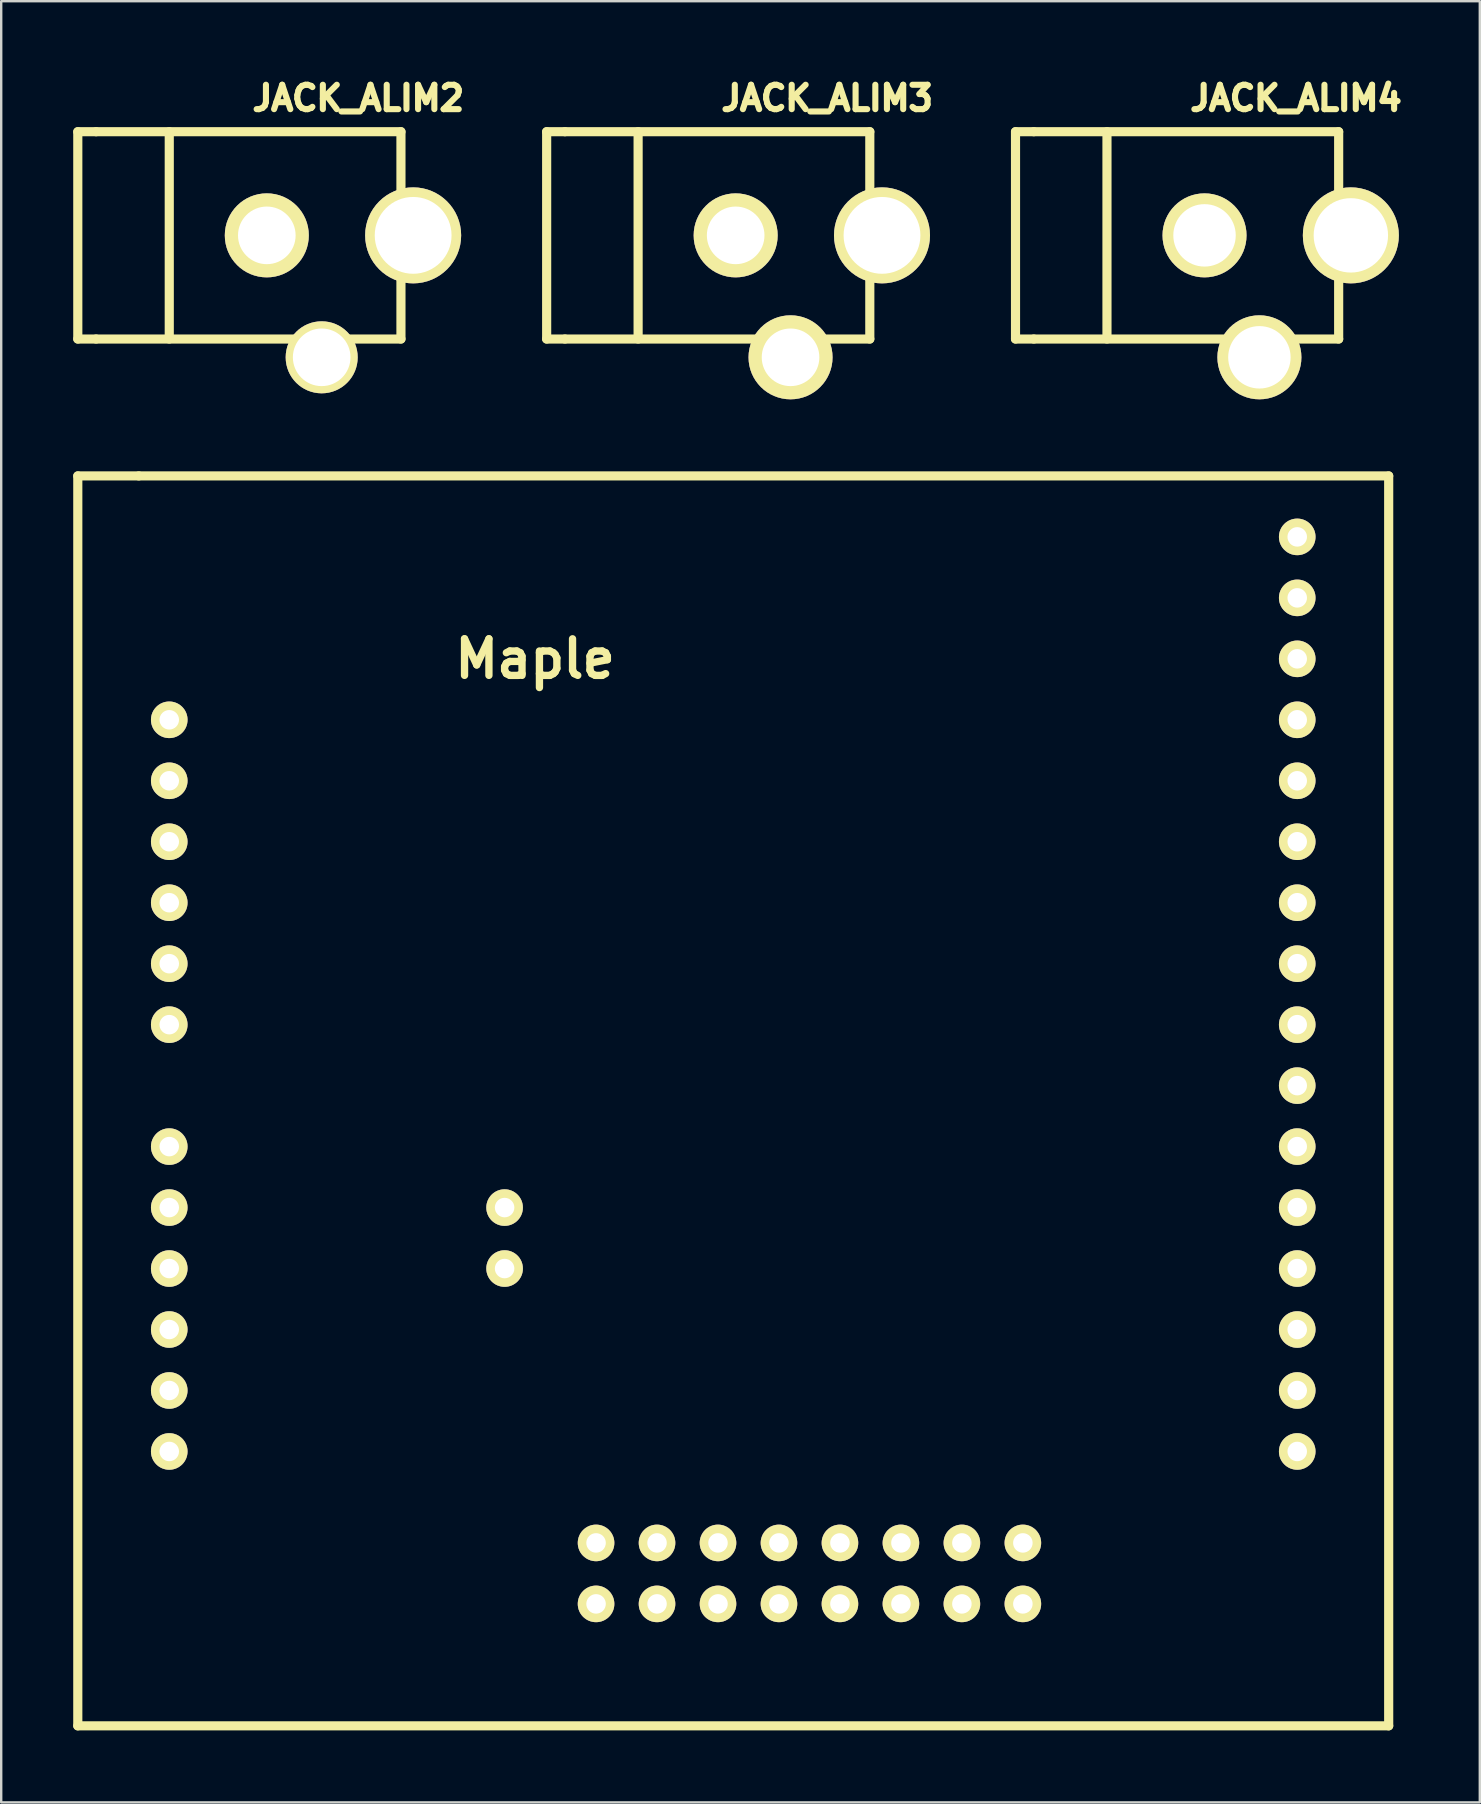
<source format=kicad_pcb>
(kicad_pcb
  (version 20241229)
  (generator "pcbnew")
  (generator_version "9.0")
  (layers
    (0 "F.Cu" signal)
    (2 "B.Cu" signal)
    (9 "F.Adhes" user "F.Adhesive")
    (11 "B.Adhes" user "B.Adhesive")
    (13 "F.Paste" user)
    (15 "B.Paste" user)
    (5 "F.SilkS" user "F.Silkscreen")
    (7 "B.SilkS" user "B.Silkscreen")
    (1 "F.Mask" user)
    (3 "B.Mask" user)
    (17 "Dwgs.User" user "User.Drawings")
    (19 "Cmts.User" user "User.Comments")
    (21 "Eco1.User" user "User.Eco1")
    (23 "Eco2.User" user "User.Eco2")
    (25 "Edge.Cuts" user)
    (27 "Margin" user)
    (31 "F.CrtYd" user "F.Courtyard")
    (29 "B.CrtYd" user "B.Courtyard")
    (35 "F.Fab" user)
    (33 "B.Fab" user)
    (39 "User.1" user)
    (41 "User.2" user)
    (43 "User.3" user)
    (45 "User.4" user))
  (footprint "JACK_ALIM2"
    (layer "F.Cu")
    (at 8.065 6.755)
    (property "Reference" "JACK_ALIM2" (at 3.81 -5.715 0) (layer "F.SilkS") (effects (font (size 1.016 1.016) (thickness 0.254))))
    (attr through_hole)
    (fp_line (start -7.874 -4.318) (end -7.874 4.318) (stroke (width 0.381) (type solid)) (layer "F.SilkS"))
    (fp_line (start -7.874 4.318) (end -7.112 4.318) (stroke (width 0.381) (type solid)) (layer "F.SilkS"))
    (fp_line (start -7.112 -4.318) (end -7.874 -4.318) (stroke (width 0.381) (type solid)) (layer "F.SilkS"))
    (fp_line (start -7.112 -4.318) (end 5.588 -4.318) (stroke (width 0.381) (type solid)) (layer "F.SilkS"))
    (fp_line (start -7.112 4.318) (end 5.588 4.318) (stroke (width 0.381) (type solid)) (layer "F.SilkS"))
    (fp_line (start -4.064 -4.318) (end -4.064 4.318) (stroke (width 0.381) (type solid)) (layer "F.SilkS"))
    (fp_line (start 5.588 -4.318) (end 5.588 4.318) (stroke (width 0.381) (type solid)) (layer "F.SilkS"))
    (pad "1" thru_hole circle (at 0 0) (size 3.5 3.5) (drill 2.4) (layers "*.Cu" "*.Mask" "F.SilkS"))
    (pad "2" thru_hole circle (at 2.286 5.08) (size 3 3) (drill 2.4) (layers "*.Cu" "*.Mask" "F.SilkS"))
    (pad "3" thru_hole circle (at 6.096 0) (size 4 4) (drill 3.2) (layers "*.Cu" "*.Mask" "F.SilkS")))
  (footprint "JACK_ALIM3"
    (layer "F.Cu")
    (at 27.597 6.755)
    (property "Reference" "JACK_ALIM3" (at 3.81 -5.715 0) (layer "F.SilkS") (effects (font (size 1.016 1.016) (thickness 0.254))))
    (attr through_hole)
    (fp_line (start -7.874 -4.318) (end -7.874 4.318) (stroke (width 0.381) (type solid)) (layer "F.SilkS"))
    (fp_line (start -7.874 4.318) (end -7.112 4.318) (stroke (width 0.381) (type solid)) (layer "F.SilkS"))
    (fp_line (start -7.112 -4.318) (end -7.874 -4.318) (stroke (width 0.381) (type solid)) (layer "F.SilkS"))
    (fp_line (start -7.112 -4.318) (end 5.588 -4.318) (stroke (width 0.381) (type solid)) (layer "F.SilkS"))
    (fp_line (start -7.112 4.318) (end 5.588 4.318) (stroke (width 0.381) (type solid)) (layer "F.SilkS"))
    (fp_line (start -4.064 -4.318) (end -4.064 4.318) (stroke (width 0.381) (type solid)) (layer "F.SilkS"))
    (fp_line (start 5.588 -4.318) (end 5.588 4.318) (stroke (width 0.381) (type solid)) (layer "F.SilkS"))
    (pad "1" thru_hole circle (at 0 0) (size 3.5 3.5) (drill 2.4) (layers "*.Cu" "*.Mask" "F.SilkS"))
    (pad "2" thru_hole circle (at 2.286 5.08) (size 3.5 3.5) (drill 2.4) (layers "*.Cu" "*.Mask" "F.SilkS"))
    (pad "3" thru_hole circle (at 6.096 0) (size 4 4) (drill 3.2) (layers "*.Cu" "*.Mask" "F.SilkS")))
  (footprint "Maple"
    (layer "F.Cu")
    (at 14.161 20.586)
    (property "Reference" "Maple" (at 5.08 3.81 0) (layer "F.SilkS") (effects (font (size 1.524 1.524) (thickness 0.305))))
    (attr through_hole)
    (fp_line (start -13.97 -3.81) (end -11.43 -3.81) (stroke (width 0.381) (type solid)) (layer "F.SilkS"))
    (fp_line (start -13.97 48.26) (end -13.97 -3.81) (stroke (width 0.381) (type solid)) (layer "F.SilkS"))
    (fp_line (start -11.43 -3.81) (end 40.64 -3.81) (stroke (width 0.381) (type solid)) (layer "F.SilkS"))
    (fp_line (start 40.64 -3.81) (end 40.64 48.26) (stroke (width 0.381) (type solid)) (layer "F.SilkS"))
    (fp_line (start 40.64 48.26) (end -13.97 48.26) (stroke (width 0.381) (type solid)) (layer "F.SilkS"))
    (pad "0" thru_hole circle (at -10.16 6.35) (size 1.524 1.524) (drill 0.813) (layers "*.Cu" "*.Mask" "F.SilkS"))
    (pad "1" thru_hole circle (at -10.16 8.89) (size 1.524 1.524) (drill 0.813) (layers "*.Cu" "*.Mask" "F.SilkS"))
    (pad "2" thru_hole circle (at -10.16 11.43) (size 1.524 1.524) (drill 0.813) (layers "*.Cu" "*.Mask" "F.SilkS"))
    (pad "3" thru_hole circle (at -10.16 13.97) (size 1.524 1.524) (drill 0.813) (layers "*.Cu" "*.Mask" "F.SilkS"))
    (pad "4" thru_hole circle (at -10.16 16.51) (size 1.524 1.524) (drill 0.813) (layers "*.Cu" "*.Mask" "F.SilkS"))
    (pad "5" thru_hole circle (at -10.16 19.05) (size 1.524 1.524) (drill 0.813) (layers "*.Cu" "*.Mask" "F.SilkS"))
    (pad "6" thru_hole circle (at 36.83 36.83) (size 1.524 1.524) (drill 0.813) (layers "*.Cu" "*.Mask" "F.SilkS"))
    (pad "7" thru_hole circle (at 36.83 34.29) (size 1.524 1.524) (drill 0.813) (layers "*.Cu" "*.Mask" "F.SilkS"))
    (pad "8" thru_hole circle (at 36.83 31.75) (size 1.524 1.524) (drill 0.813) (layers "*.Cu" "*.Mask" "F.SilkS"))
    (pad "9" thru_hole circle (at 36.83 29.21) (size 1.524 1.524) (drill 0.813) (layers "*.Cu" "*.Mask" "F.SilkS"))
    (pad "10" thru_hole circle (at 36.83 26.67) (size 1.524 1.524) (drill 0.813) (layers "*.Cu" "*.Mask" "F.SilkS"))
    (pad "11" thru_hole circle (at 36.83 24.13) (size 1.524 1.524) (drill 0.813) (layers "*.Cu" "*.Mask" "F.SilkS"))
    (pad "12" thru_hole circle (at 36.83 21.59) (size 1.524 1.524) (drill 0.813) (layers "*.Cu" "*.Mask" "F.SilkS"))
    (pad "13" thru_hole circle (at 36.83 19.05) (size 1.524 1.524) (drill 0.813) (layers "*.Cu" "*.Mask" "F.SilkS"))
    (pad "14" thru_hole circle (at 36.83 16.51) (size 1.524 1.524) (drill 0.813) (layers "*.Cu" "*.Mask" "F.SilkS"))
    (pad "15" thru_hole circle (at 36.83 13.97) (size 1.524 1.524) (drill 0.813) (layers "*.Cu" "*.Mask" "F.SilkS"))
    (pad "16" thru_hole circle (at 36.83 11.43) (size 1.524 1.524) (drill 0.813) (layers "*.Cu" "*.Mask" "F.SilkS"))
    (pad "17" thru_hole circle (at 36.83 8.89) (size 1.524 1.524) (drill 0.813) (layers "*.Cu" "*.Mask" "F.SilkS"))
    (pad "18" thru_hole circle (at 36.83 6.35) (size 1.524 1.524) (drill 0.813) (layers "*.Cu" "*.Mask" "F.SilkS"))
    (pad "19" thru_hole circle (at 36.83 3.81) (size 1.524 1.524) (drill 0.813) (layers "*.Cu" "*.Mask" "F.SilkS"))
    (pad "20" thru_hole circle (at 36.83 1.27) (size 1.524 1.524) (drill 0.813) (layers "*.Cu" "*.Mask" "F.SilkS"))
    (pad "21" thru_hole circle (at 36.83 -1.27) (size 1.524 1.524) (drill 0.813) (layers "*.Cu" "*.Mask" "F.SilkS"))
    (pad "22" thru_hole circle (at -10.16 24.13) (size 1.524 1.524) (drill 0.813) (layers "*.Cu" "*.Mask" "F.SilkS"))
    (pad "23" thru_hole circle (at -10.16 26.67) (size 1.524 1.524) (drill 0.813) (layers "*.Cu" "*.Mask" "F.SilkS"))
    (pad "24" thru_hole circle (at -10.16 29.21) (size 1.524 1.524) (drill 0.813) (layers "*.Cu" "*.Mask" "F.SilkS"))
    (pad "25" thru_hole circle (at -10.16 31.75) (size 1.524 1.524) (drill 0.813) (layers "*.Cu" "*.Mask" "F.SilkS"))
    (pad "26" thru_hole circle (at -10.16 34.29) (size 1.524 1.524) (drill 0.813) (layers "*.Cu" "*.Mask" "F.SilkS"))
    (pad "27" thru_hole circle (at -10.16 36.83) (size 1.524 1.524) (drill 0.813) (layers "*.Cu" "*.Mask" "F.SilkS"))
    (pad "28" thru_hole circle (at 3.81 26.67) (size 1.524 1.524) (drill 0.813) (layers "*.Cu" "*.Mask" "F.SilkS"))
    (pad "29" thru_hole circle (at 3.81 29.21) (size 1.524 1.524) (drill 0.813) (layers "*.Cu" "*.Mask" "F.SilkS"))
    (pad "30" thru_hole circle (at 7.62 40.64) (size 1.524 1.524) (drill 0.813) (layers "*.Cu" "*.Mask" "F.SilkS"))
    (pad "31" thru_hole circle (at 7.62 43.18) (size 1.524 1.524) (drill 0.813) (layers "*.Cu" "*.Mask" "F.SilkS"))
    (pad "32" thru_hole circle (at 10.16 40.64) (size 1.524 1.524) (drill 0.813) (layers "*.Cu" "*.Mask" "F.SilkS"))
    (pad "33" thru_hole circle (at 10.16 43.18) (size 1.524 1.524) (drill 0.813) (layers "*.Cu" "*.Mask" "F.SilkS"))
    (pad "34" thru_hole circle (at 12.7 40.64) (size 1.524 1.524) (drill 0.813) (layers "*.Cu" "*.Mask" "F.SilkS"))
    (pad "35" thru_hole circle (at 12.7 43.18) (size 1.524 1.524) (drill 0.813) (layers "*.Cu" "*.Mask" "F.SilkS"))
    (pad "36" thru_hole circle (at 15.24 40.64) (size 1.524 1.524) (drill 0.813) (layers "*.Cu" "*.Mask" "F.SilkS"))
    (pad "37" thru_hole circle (at 15.24 43.18) (size 1.524 1.524) (drill 0.813) (layers "*.Cu" "*.Mask" "F.SilkS"))
    (pad "38" thru_hole circle (at 17.78 40.64) (size 1.524 1.524) (drill 0.813) (layers "*.Cu" "*.Mask" "F.SilkS"))
    (pad "39" thru_hole circle (at 17.78 43.18) (size 1.524 1.524) (drill 0.813) (layers "*.Cu" "*.Mask" "F.SilkS"))
    (pad "40" thru_hole circle (at 20.32 40.64) (size 1.524 1.524) (drill 0.813) (layers "*.Cu" "*.Mask" "F.SilkS"))
    (pad "41" thru_hole circle (at 20.32 43.18) (size 1.524 1.524) (drill 0.813) (layers "*.Cu" "*.Mask" "F.SilkS"))
    (pad "42" thru_hole circle (at 22.86 40.64) (size 1.524 1.524) (drill 0.813) (layers "*.Cu" "*.Mask" "F.SilkS"))
    (pad "43" thru_hole circle (at 22.86 43.18) (size 1.524 1.524) (drill 0.813) (layers "*.Cu" "*.Mask" "F.SilkS"))
    (pad "44" thru_hole circle (at 25.4 40.64) (size 1.524 1.524) (drill 0.813) (layers "*.Cu" "*.Mask" "F.SilkS"))
    (pad "45" thru_hole circle (at 25.4 43.18) (size 1.524 1.524) (drill 0.813) (layers "*.Cu" "*.Mask" "F.SilkS")))
  (footprint "JACK_ALIM4"
    (layer "F.Cu")
    (at 47.129 6.755)
    (property "Reference" "JACK_ALIM4" (at 3.81 -5.715 0) (layer "F.SilkS") (effects (font (size 1.016 1.016) (thickness 0.254))))
    (attr through_hole)
    (fp_line (start -7.874 -4.318) (end -7.874 4.318) (stroke (width 0.381) (type solid)) (layer "F.SilkS"))
    (fp_line (start -7.874 4.318) (end -7.112 4.318) (stroke (width 0.381) (type solid)) (layer "F.SilkS"))
    (fp_line (start -7.112 -4.318) (end -7.874 -4.318) (stroke (width 0.381) (type solid)) (layer "F.SilkS"))
    (fp_line (start -7.112 -4.318) (end 5.588 -4.318) (stroke (width 0.381) (type solid)) (layer "F.SilkS"))
    (fp_line (start -7.112 4.318) (end 5.588 4.318) (stroke (width 0.381) (type solid)) (layer "F.SilkS"))
    (fp_line (start -4.064 -4.318) (end -4.064 4.318) (stroke (width 0.381) (type solid)) (layer "F.SilkS"))
    (fp_line (start 5.588 -4.318) (end 5.588 4.318) (stroke (width 0.381) (type solid)) (layer "F.SilkS"))
    (pad "1" thru_hole circle (at 0 0) (size 3.5 3.5) (drill 2.601) (layers "*.Cu" "*.Mask" "F.SilkS"))
    (pad "2" thru_hole circle (at 2.286 5.08) (size 3.5 3.5) (drill 2.601) (layers "*.Cu" "*.Mask" "F.SilkS"))
    (pad "3" thru_hole circle (at 6.096 0) (size 4 4) (drill 3.099) (layers "*.Cu" "*.Mask" "F.SilkS")))
  (gr_rect
    (start -3 -3)
    (end 58.597 72.036)
    (stroke (width 0.1) (type default))
    (fill no)
    (layer "Edge.Cuts")))
</source>
